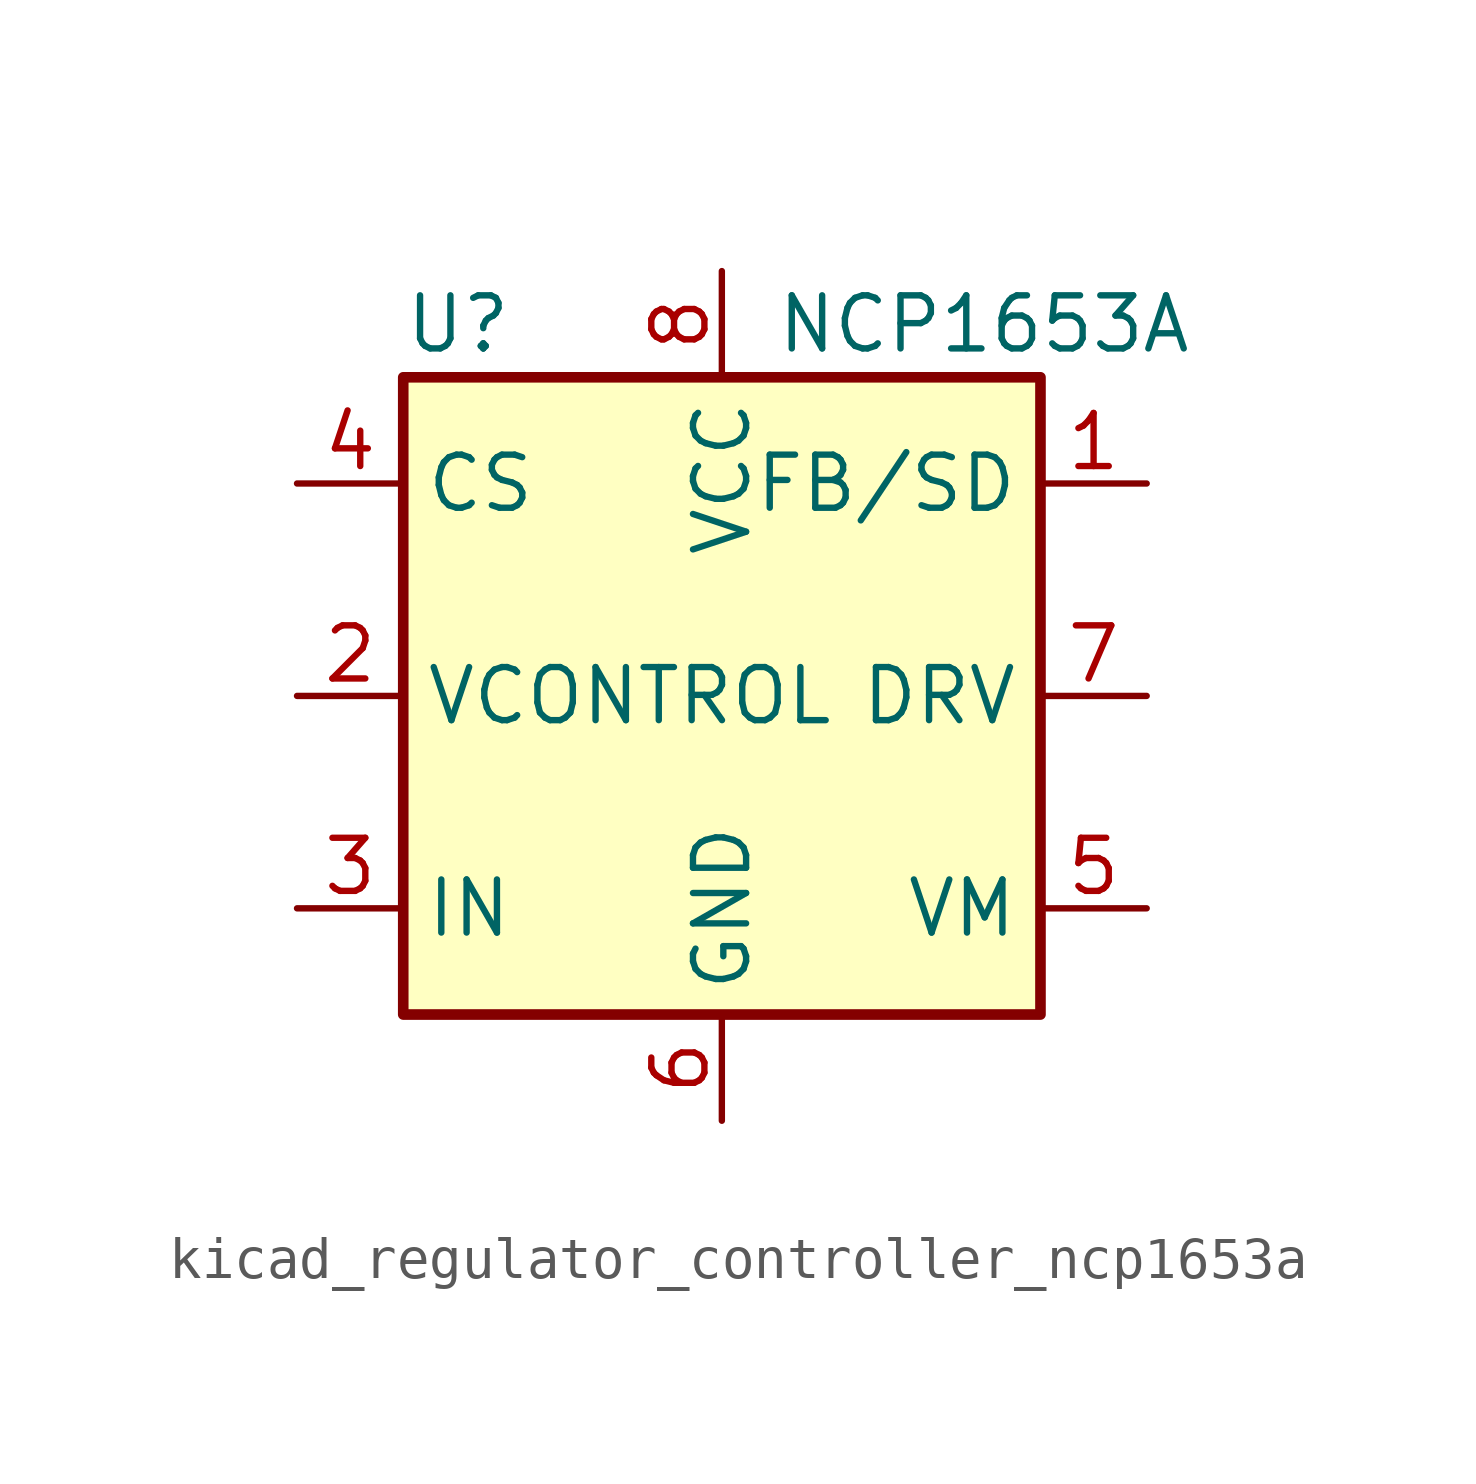
<source format=kicad_sym>
(kicad_symbol_lib
  (version 20220914)
  (generator kicad_symbol_editor)
  (symbol "kicad_regulator_controller_ncp1653a"
    (property "Reference" "U"
      (at -7.62 8.89 0)
      (effects (font (size 1.27 1.27)) (justify left)))
    (property "Value" "NCP1653A"
      (at 1.27 8.89 0)
      (effects (font (size 1.27 1.27)) (justify left)))
    (symbol "kicad_regulator_controller_ncp1653a_0_0"
      (rectangle (start -7.62 7.62) (end 7.62 -7.62) (stroke (width 0.254) (type default)) (fill (type background))))
    (symbol "kicad_regulator_controller_ncp1653a_1_1"
      (pin input line (at 10.16 5.08 180) (length 2.54) (name "FB/SD" (effects (font (size 1.27 1.27)))) (number "1" (effects (font (size 1.27 1.27)))))
      (pin passive line (at -10.16 0 0) (length 2.54) (name "VCONTROL" (effects (font (size 1.27 1.27)))) (number "2" (effects (font (size 1.27 1.27)))))
      (pin input line (at -10.16 -5.08 0) (length 2.54) (name "IN" (effects (font (size 1.27 1.27)))) (number "3" (effects (font (size 1.27 1.27)))))
      (pin input line (at -10.16 5.08 0) (length 2.54) (name "CS" (effects (font (size 1.27 1.27)))) (number "4" (effects (font (size 1.27 1.27)))))
      (pin passive line (at 10.16 -5.08 180) (length 2.54) (name "VM" (effects (font (size 1.27 1.27)))) (number "5" (effects (font (size 1.27 1.27)))))
      (pin power_in line (at 0 -10.16 90) (length 2.54) (name "GND" (effects (font (size 1.27 1.27)))) (number "6" (effects (font (size 1.27 1.27)))))
      (pin output line (at 10.16 0 180) (length 2.54) (name "DRV" (effects (font (size 1.27 1.27)))) (number "7" (effects (font (size 1.27 1.27)))))
      (pin power_in line (at 0 10.16 270) (length 2.54) (name "VCC" (effects (font (size 1.27 1.27)))) (number "8" (effects (font (size 1.27 1.27))))))))
</source>
